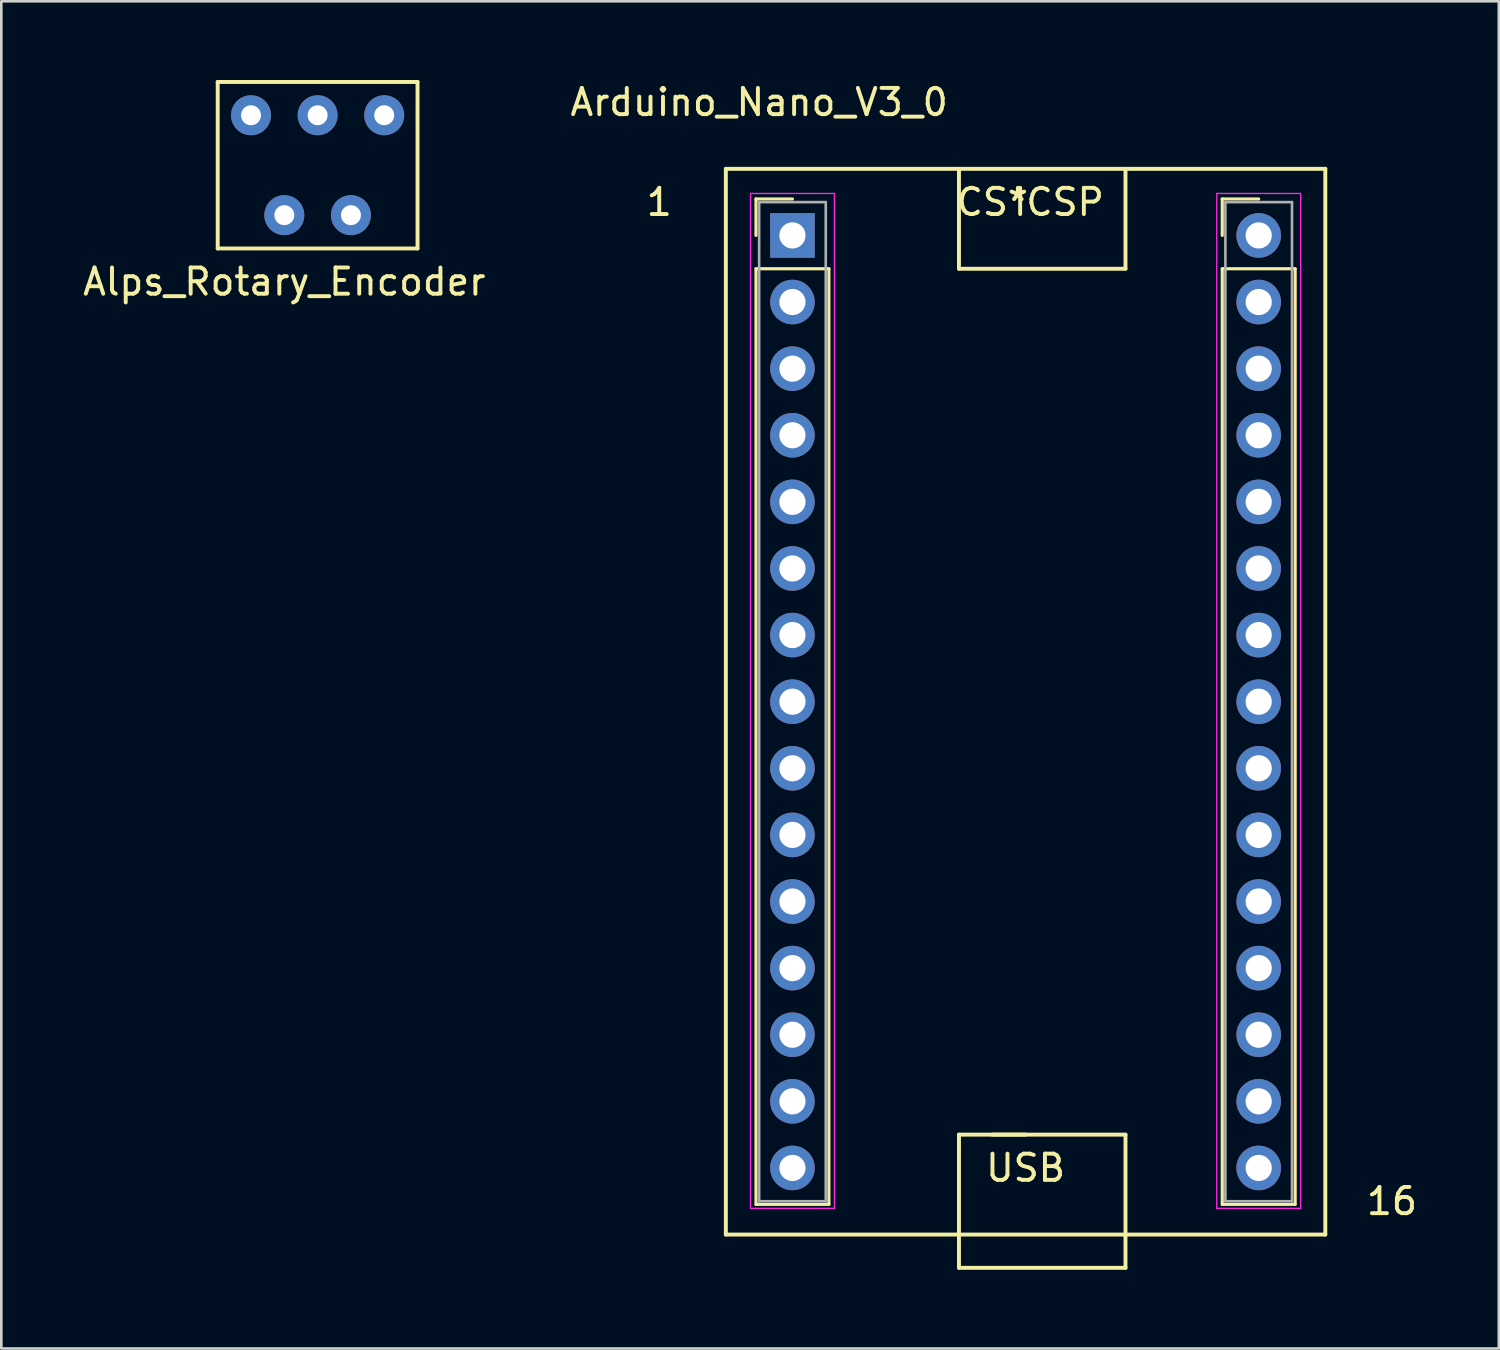
<source format=kicad_pcb>
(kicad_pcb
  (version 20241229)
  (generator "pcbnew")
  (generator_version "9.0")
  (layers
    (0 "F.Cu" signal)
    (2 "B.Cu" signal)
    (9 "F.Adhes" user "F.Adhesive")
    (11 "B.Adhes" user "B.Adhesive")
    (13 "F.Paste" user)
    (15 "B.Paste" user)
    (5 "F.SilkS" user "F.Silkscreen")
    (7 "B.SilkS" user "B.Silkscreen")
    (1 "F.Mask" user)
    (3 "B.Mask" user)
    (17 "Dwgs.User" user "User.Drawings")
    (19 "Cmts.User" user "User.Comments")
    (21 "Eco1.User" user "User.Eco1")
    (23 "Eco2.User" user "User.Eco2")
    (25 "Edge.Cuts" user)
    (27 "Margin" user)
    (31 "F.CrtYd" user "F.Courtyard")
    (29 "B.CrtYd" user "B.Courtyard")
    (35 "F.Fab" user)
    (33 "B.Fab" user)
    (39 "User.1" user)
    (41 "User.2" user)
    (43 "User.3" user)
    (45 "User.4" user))
  (footprint "Alps_Rotary_Encoder"
    (layer "F.Cu")
    (at 9.062 3.885)
    (property "Reference" "Alps_Rotary_Encoder" (at -1.27 3.81 0) (layer "F.SilkS") (effects (font (size 1 1) (thickness 0.15))))
    (attr through_hole)
    (fp_line (start -3.81 -3.81) (end 3.81 -3.81) (stroke (width 0.15) (type solid)) (layer "F.SilkS"))
    (fp_line (start -3.81 2.54) (end -3.81 -3.81) (stroke (width 0.15) (type solid)) (layer "F.SilkS"))
    (fp_line (start 3.81 -3.81) (end 3.81 2.54) (stroke (width 0.15) (type solid)) (layer "F.SilkS"))
    (fp_line (start 3.81 2.54) (end -3.81 2.54) (stroke (width 0.15) (type solid)) (layer "F.SilkS"))
    (pad "1" thru_hole circle (at -2.54 -2.54) (size 1.524 1.524) (drill 0.762) (layers "*.Cu" "*.Mask"))
    (pad "2" thru_hole circle (at 0 -2.54) (size 1.524 1.524) (drill 0.762) (layers "*.Cu" "*.Mask"))
    (pad "3" thru_hole circle (at 2.54 -2.54) (size 1.524 1.524) (drill 0.762) (layers "*.Cu" "*.Mask"))
    (pad "4" thru_hole circle (at -1.27 1.27) (size 1.524 1.524) (drill 0.762) (layers "*.Cu" "*.Mask"))
    (pad "5" thru_hole circle (at 1.27 1.27) (size 1.524 1.524) (drill 0.762) (layers "*.Cu" "*.Mask")))
  (footprint "Arduino_Nano_V3_0"
    (layer "F.Cu")
    (at 27.169 5.928)
    (property "Reference" "Arduino_Nano_V3_0" (at -1.27 -5.08 0) (layer "F.SilkS") (effects (font (size 1 1) (thickness 0.15))))
    (attr through_hole)
    (fp_line (start -2.54 -2.54) (end 20.32 -2.54) (stroke (width 0.15) (type solid)) (layer "F.SilkS"))
    (fp_line (start -2.54 38.1) (end -2.54 -2.54) (stroke (width 0.15) (type solid)) (layer "F.SilkS"))
    (fp_line (start -1.39 -1.39) (end 0 -1.39) (stroke (width 0.12) (type solid)) (layer "F.SilkS"))
    (fp_line (start -1.39 0) (end -1.39 -1.39) (stroke (width 0.12) (type solid)) (layer "F.SilkS"))
    (fp_line (start -1.39 1.27) (end -1.39 36.95) (stroke (width 0.12) (type solid)) (layer "F.SilkS"))
    (fp_line (start -1.39 36.95) (end 1.39 36.95) (stroke (width 0.12) (type solid)) (layer "F.SilkS"))
    (fp_line (start 1.39 1.27) (end -1.39 1.27) (stroke (width 0.12) (type solid)) (layer "F.SilkS"))
    (fp_line (start 1.39 36.95) (end 1.39 1.27) (stroke (width 0.12) (type solid)) (layer "F.SilkS"))
    (fp_line (start 6.35 -2.54) (end 6.35 1.27) (stroke (width 0.15) (type solid)) (layer "F.SilkS"))
    (fp_line (start 6.35 1.27) (end 12.7 1.27) (stroke (width 0.15) (type solid)) (layer "F.SilkS"))
    (fp_line (start 6.35 34.29) (end 6.35 39.37) (stroke (width 0.15) (type solid)) (layer "F.SilkS"))
    (fp_line (start 6.35 39.37) (end 12.7 39.37) (stroke (width 0.15) (type solid)) (layer "F.SilkS"))
    (fp_line (start 8.89 34.29) (end 6.35 34.29) (stroke (width 0.15) (type solid)) (layer "F.SilkS"))
    (fp_line (start 12.7 1.27) (end 12.7 -2.54) (stroke (width 0.15) (type solid)) (layer "F.SilkS"))
    (fp_line (start 12.7 34.29) (end 7.62 34.29) (stroke (width 0.15) (type solid)) (layer "F.SilkS"))
    (fp_line (start 12.7 39.37) (end 12.7 34.29) (stroke (width 0.15) (type solid)) (layer "F.SilkS"))
    (fp_line (start 16.39 -1.39) (end 17.78 -1.39) (stroke (width 0.12) (type solid)) (layer "F.SilkS"))
    (fp_line (start 16.39 0) (end 16.39 -1.39) (stroke (width 0.12) (type solid)) (layer "F.SilkS"))
    (fp_line (start 16.39 1.27) (end 16.39 36.95) (stroke (width 0.12) (type solid)) (layer "F.SilkS"))
    (fp_line (start 16.39 36.95) (end 19.17 36.95) (stroke (width 0.12) (type solid)) (layer "F.SilkS"))
    (fp_line (start 19.17 1.27) (end 16.39 1.27) (stroke (width 0.12) (type solid)) (layer "F.SilkS"))
    (fp_line (start 19.17 36.95) (end 19.17 1.27) (stroke (width 0.12) (type solid)) (layer "F.SilkS"))
    (fp_line (start 20.32 -2.54) (end 20.32 38.1) (stroke (width 0.15) (type solid)) (layer "F.SilkS"))
    (fp_line (start 20.32 38.1) (end -2.54 38.1) (stroke (width 0.15) (type solid)) (layer "F.SilkS"))
    (fp_line (start -1.6 -1.6) (end -1.6 37.1) (stroke (width 0.05) (type solid)) (layer "F.CrtYd"))
    (fp_line (start -1.6 37.1) (end 1.6 37.1) (stroke (width 0.05) (type solid)) (layer "F.CrtYd"))
    (fp_line (start 1.6 -1.6) (end -1.6 -1.6) (stroke (width 0.05) (type solid)) (layer "F.CrtYd"))
    (fp_line (start 1.6 37.1) (end 1.6 -1.6) (stroke (width 0.05) (type solid)) (layer "F.CrtYd"))
    (fp_line (start 16.18 -1.6) (end 16.18 37.1) (stroke (width 0.05) (type solid)) (layer "F.CrtYd"))
    (fp_line (start 16.18 37.1) (end 19.38 37.1) (stroke (width 0.05) (type solid)) (layer "F.CrtYd"))
    (fp_line (start 19.38 -1.6) (end 16.18 -1.6) (stroke (width 0.05) (type solid)) (layer "F.CrtYd"))
    (fp_line (start 19.38 37.1) (end 19.38 -1.6) (stroke (width 0.05) (type solid)) (layer "F.CrtYd"))
    (fp_line (start -1.27 -1.27) (end -1.27 36.83) (stroke (width 0.1) (type solid)) (layer "F.Fab"))
    (fp_line (start -1.27 36.83) (end 1.27 36.83) (stroke (width 0.1) (type solid)) (layer "F.Fab"))
    (fp_line (start 1.27 -1.27) (end -1.27 -1.27) (stroke (width 0.1) (type solid)) (layer "F.Fab"))
    (fp_line (start 1.27 36.83) (end 1.27 -1.27) (stroke (width 0.1) (type solid)) (layer "F.Fab"))
    (fp_line (start 16.51 -1.27) (end 16.51 36.83) (stroke (width 0.1) (type solid)) (layer "F.Fab"))
    (fp_line (start 16.51 36.83) (end 19.05 36.83) (stroke (width 0.1) (type solid)) (layer "F.Fab"))
    (fp_line (start 19.05 -1.27) (end 16.51 -1.27) (stroke (width 0.1) (type solid)) (layer "F.Fab"))
    (fp_line (start 19.05 36.83) (end 19.05 -1.27) (stroke (width 0.1) (type solid)) (layer "F.Fab"))
    (fp_text user "ICSP" (at 10.16 -1.27 0) (layer "F.SilkS") (effects (font (size 1 1) (thickness 0.15))))
    (fp_text user "USB" (at 8.89 35.56 0) (layer "F.SilkS") (effects (font (size 1 1) (thickness 0.15))))
    (fp_text user "CS*" (at 7.62 -1.27 0) (layer "F.SilkS") (effects (font (size 1 1) (thickness 0.15))))
    (fp_text user "1" (at -5.08 -1.27 0) (layer "F.SilkS") (effects (font (size 1 1) (thickness 0.15))))
    (fp_text user "16" (at 22.86 36.83 0) (layer "F.SilkS") (effects (font (size 1 1) (thickness 0.15))))
    (pad "1" thru_hole rect (at 0 0) (size 1.7 1.7) (drill 1) (layers "*.Cu" "*.Mask"))
    (pad "1" thru_hole circle (at 17.78 0) (size 1.7 1.7) (drill 1) (layers "*.Cu" "*.Mask"))
    (pad "2" thru_hole oval (at 0 2.54) (size 1.7 1.7) (drill 1) (layers "*.Cu" "*.Mask"))
    (pad "2" thru_hole oval (at 17.78 2.54) (size 1.7 1.7) (drill 1) (layers "*.Cu" "*.Mask"))
    (pad "3" thru_hole oval (at 0 5.08) (size 1.7 1.7) (drill 1) (layers "*.Cu" "*.Mask"))
    (pad "3" thru_hole oval (at 17.78 5.08) (size 1.7 1.7) (drill 1) (layers "*.Cu" "*.Mask"))
    (pad "4" thru_hole oval (at 0 7.62) (size 1.7 1.7) (drill 1) (layers "*.Cu" "*.Mask"))
    (pad "4" thru_hole oval (at 17.78 7.62) (size 1.7 1.7) (drill 1) (layers "*.Cu" "*.Mask"))
    (pad "5" thru_hole oval (at 0 10.16) (size 1.7 1.7) (drill 1) (layers "*.Cu" "*.Mask"))
    (pad "5" thru_hole oval (at 17.78 10.16) (size 1.7 1.7) (drill 1) (layers "*.Cu" "*.Mask"))
    (pad "6" thru_hole oval (at 0 12.7) (size 1.7 1.7) (drill 1) (layers "*.Cu" "*.Mask"))
    (pad "6" thru_hole oval (at 17.78 12.7) (size 1.7 1.7) (drill 1) (layers "*.Cu" "*.Mask"))
    (pad "7" thru_hole oval (at 0 15.24) (size 1.7 1.7) (drill 1) (layers "*.Cu" "*.Mask"))
    (pad "7" thru_hole oval (at 17.78 15.24) (size 1.7 1.7) (drill 1) (layers "*.Cu" "*.Mask"))
    (pad "8" thru_hole oval (at 0 17.78) (size 1.7 1.7) (drill 1) (layers "*.Cu" "*.Mask"))
    (pad "8" thru_hole oval (at 17.78 17.78) (size 1.7 1.7) (drill 1) (layers "*.Cu" "*.Mask"))
    (pad "9" thru_hole oval (at 0 20.32) (size 1.7 1.7) (drill 1) (layers "*.Cu" "*.Mask"))
    (pad "9" thru_hole oval (at 17.78 20.32) (size 1.7 1.7) (drill 1) (layers "*.Cu" "*.Mask"))
    (pad "10" thru_hole oval (at 0 22.86) (size 1.7 1.7) (drill 1) (layers "*.Cu" "*.Mask"))
    (pad "10" thru_hole oval (at 17.78 22.86) (size 1.7 1.7) (drill 1) (layers "*.Cu" "*.Mask"))
    (pad "11" thru_hole oval (at 0 25.4) (size 1.7 1.7) (drill 1) (layers "*.Cu" "*.Mask"))
    (pad "11" thru_hole oval (at 17.78 25.4) (size 1.7 1.7) (drill 1) (layers "*.Cu" "*.Mask"))
    (pad "12" thru_hole oval (at 0 27.94) (size 1.7 1.7) (drill 1) (layers "*.Cu" "*.Mask"))
    (pad "12" thru_hole oval (at 17.78 27.94) (size 1.7 1.7) (drill 1) (layers "*.Cu" "*.Mask"))
    (pad "13" thru_hole oval (at 0 30.48) (size 1.7 1.7) (drill 1) (layers "*.Cu" "*.Mask"))
    (pad "13" thru_hole oval (at 17.78 30.48) (size 1.7 1.7) (drill 1) (layers "*.Cu" "*.Mask"))
    (pad "14" thru_hole oval (at 0 33.02) (size 1.7 1.7) (drill 1) (layers "*.Cu" "*.Mask"))
    (pad "14" thru_hole oval (at 17.78 33.02) (size 1.7 1.7) (drill 1) (layers "*.Cu" "*.Mask"))
    (pad "15" thru_hole oval (at 0 35.56) (size 1.7 1.7) (drill 1) (layers "*.Cu" "*.Mask"))
    (pad "15" thru_hole oval (at 17.78 35.56) (size 1.7 1.7) (drill 1) (layers "*.Cu" "*.Mask")))
  (gr_rect
    (start -3 -3)
    (end 54.106 48.373)
    (stroke (width 0.1) (type default))
    (fill no)
    (layer "Edge.Cuts")))
</source>
